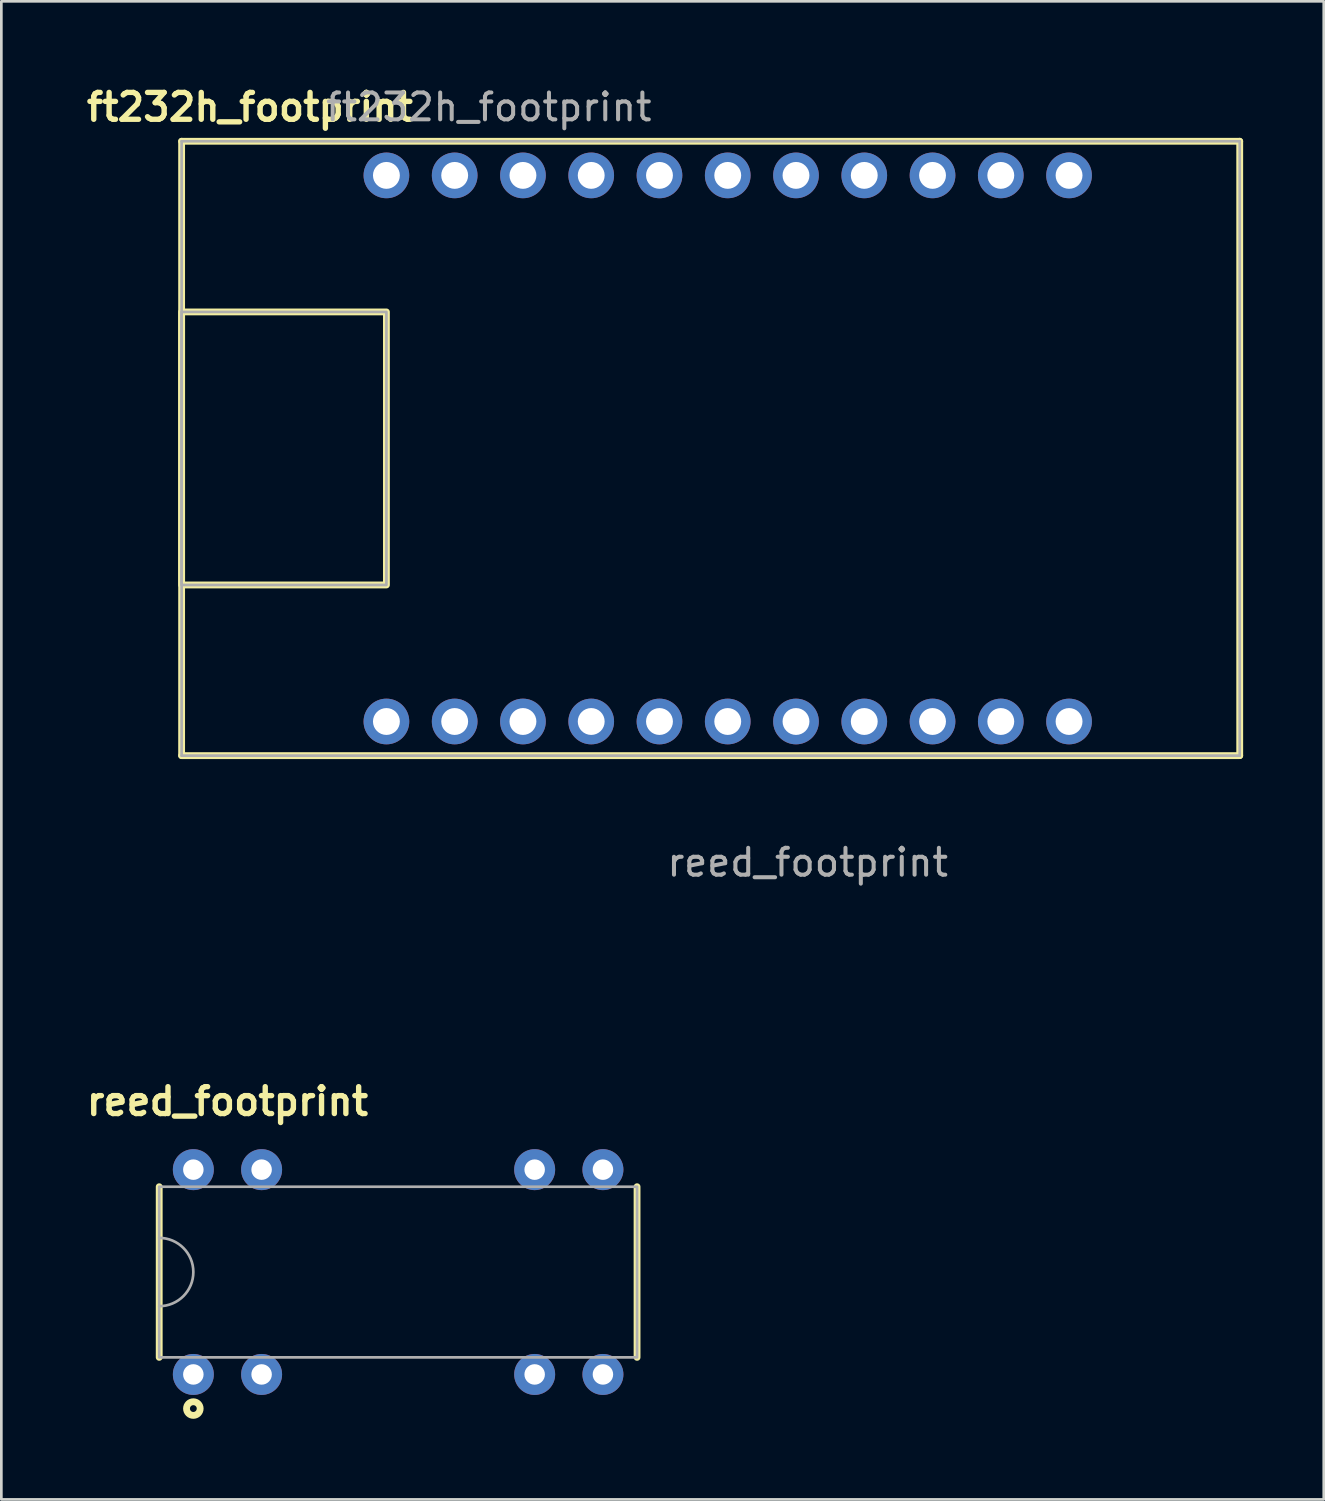
<source format=kicad_pcb>
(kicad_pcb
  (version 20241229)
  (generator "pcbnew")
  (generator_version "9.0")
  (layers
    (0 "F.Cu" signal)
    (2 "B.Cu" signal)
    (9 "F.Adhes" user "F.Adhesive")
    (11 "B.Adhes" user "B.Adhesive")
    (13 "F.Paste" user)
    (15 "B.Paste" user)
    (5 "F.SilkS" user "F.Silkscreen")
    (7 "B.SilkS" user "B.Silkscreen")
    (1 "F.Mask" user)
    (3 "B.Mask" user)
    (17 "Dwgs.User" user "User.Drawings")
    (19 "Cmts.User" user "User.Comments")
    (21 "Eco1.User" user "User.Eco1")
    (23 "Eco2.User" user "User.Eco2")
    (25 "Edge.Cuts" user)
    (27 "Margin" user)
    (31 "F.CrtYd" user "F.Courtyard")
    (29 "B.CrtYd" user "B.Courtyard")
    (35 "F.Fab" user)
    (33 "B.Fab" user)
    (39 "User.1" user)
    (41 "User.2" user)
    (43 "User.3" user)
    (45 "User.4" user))
  (footprint "reed_footprint"
    (layer "F.Cu")
    (at 11.764 44.281)
    (property "Reference" "reed_footprint" (at -6.35 -6.35 0) (unlocked yes) (layer "F.SilkS") (effects (font (size 1 1) (thickness 0.2) (bold yes))))
    (attr through_hole)
    (fp_line (start -8.89 -3.175) (end -8.89 3.175) (stroke (width 0.254) (type default)) (layer "F.SilkS"))
    (fp_line (start 8.89 -3.175) (end 8.89 3.175) (stroke (width 0.254) (type default)) (layer "F.SilkS"))
    (fp_circle (center -7.62 5.08) (end -7.366 5.08) (stroke (width 0.254) (type default)) (fill no) (layer "F.SilkS"))
    (fp_rect (start -8.89 -3.175) (end 8.89 3.175) (stroke (width 0.1) (type default)) (fill no) (layer "F.Fab"))
    (fp_arc (start -8.89 -1.27) (mid -7.62 0) (end -8.89 1.27) (stroke (width 0.1) (type default)) (layer "F.Fab"))
    (fp_text user "${REFERENCE}" (at 15.24 -15.24 0) (unlocked yes) (layer "F.Fab") (effects (font (size 1 1) (thickness 0.15))))
    (pad "1" thru_hole circle (at -7.62 3.81) (size 1.524 1.524) (drill 0.762) (layers "*.Cu" "*.Mask"))
    (pad "2" thru_hole circle (at -5.08 3.81) (size 1.524 1.524) (drill 0.762) (layers "*.Cu" "*.Mask"))
    (pad "6" thru_hole circle (at 5.08 3.81) (size 1.524 1.524) (drill 0.762) (layers "*.Cu" "*.Mask"))
    (pad "7" thru_hole circle (at 7.62 3.81) (size 1.524 1.524) (drill 0.762) (layers "*.Cu" "*.Mask"))
    (pad "8" thru_hole circle (at 7.62 -3.81) (size 1.524 1.524) (drill 0.762) (layers "*.Cu" "*.Mask"))
    (pad "9" thru_hole circle (at 5.08 -3.81) (size 1.524 1.524) (drill 0.762) (layers "*.Cu" "*.Mask"))
    (pad "13" thru_hole circle (at -5.08 -3.81) (size 1.524 1.524) (drill 0.762) (layers "*.Cu" "*.Mask"))
    (pad "14" thru_hole circle (at -7.62 -3.81) (size 1.524 1.524) (drill 0.762) (layers "*.Cu" "*.Mask")))
  (footprint "ft232h_footprint"
    (layer "F.Cu")
    (at 24.028 13.636)
    (property "Reference" "ft232h_footprint" (at -17.78 -12.7 0) (unlocked yes) (layer "F.SilkS") (effects (font (size 1 1) (thickness 0.2) (bold yes))))
    (attr through_hole)
    (fp_line (start -20.32 -11.43) (end 19.05 -11.43) (stroke (width 0.254) (type default)) (layer "F.SilkS"))
    (fp_line (start -20.32 11.43) (end -20.32 -11.43) (stroke (width 0.254) (type default)) (layer "F.SilkS"))
    (fp_line (start -20.32 11.43) (end 19.05 11.43) (stroke (width 0.254) (type default)) (layer "F.SilkS"))
    (fp_line (start 19.05 11.43) (end 19.05 -11.43) (stroke (width 0.254) (type default)) (layer "F.SilkS"))
    (fp_rect (start -20.32 -5.08) (end -12.7 5.08) (stroke (width 0.254) (type default)) (fill no) (layer "F.SilkS"))
    (fp_line (start -20.32 -11.43) (end -20.32 11.43) (stroke (width 0.1) (type default)) (layer "F.Fab"))
    (fp_line (start -20.32 -11.43) (end 19.05 -11.43) (stroke (width 0.1) (type default)) (layer "F.Fab"))
    (fp_line (start -20.32 11.43) (end 19.05 11.43) (stroke (width 0.1) (type default)) (layer "F.Fab"))
    (fp_line (start 19.05 -11.43) (end 19.05 11.43) (stroke (width 0.1) (type default)) (layer "F.Fab"))
    (fp_rect (start -20.32 -5.08) (end -12.7 5.08) (stroke (width 0.1) (type default)) (fill no) (layer "F.Fab"))
    (fp_text user "${REFERENCE}" (at -8.89 -12.7 0) (unlocked yes) (layer "F.Fab") (effects (font (size 1 1) (thickness 0.15))))
    (pad "1" thru_hole circle (at -12.7 10.16) (size 1.7 1.7) (drill 1) (layers "*.Cu" "*.Mask"))
    (pad "2" thru_hole circle (at -10.16 10.16) (size 1.7 1.7) (drill 1) (layers "*.Cu" "*.Mask"))
    (pad "3" thru_hole circle (at -7.62 10.16) (size 1.7 1.7) (drill 1) (layers "*.Cu" "*.Mask"))
    (pad "4" thru_hole circle (at -5.08 10.16) (size 1.7 1.7) (drill 1) (layers "*.Cu" "*.Mask"))
    (pad "5" thru_hole circle (at -2.54 10.16) (size 1.7 1.7) (drill 1) (layers "*.Cu" "*.Mask"))
    (pad "6" thru_hole circle (at 0 10.16) (size 1.7 1.7) (drill 1) (layers "*.Cu" "*.Mask"))
    (pad "7" thru_hole circle (at 2.54 10.16) (size 1.7 1.7) (drill 1) (layers "*.Cu" "*.Mask"))
    (pad "8" thru_hole circle (at 5.08 10.16) (size 1.7 1.7) (drill 1) (layers "*.Cu" "*.Mask"))
    (pad "9" thru_hole circle (at 7.62 10.16) (size 1.7 1.7) (drill 1) (layers "*.Cu" "*.Mask"))
    (pad "10" thru_hole circle (at 10.16 10.16) (size 1.7 1.7) (drill 1) (layers "*.Cu" "*.Mask"))
    (pad "11" thru_hole circle (at 12.7 10.16) (size 1.7 1.7) (drill 1) (layers "*.Cu" "*.Mask"))
    (pad "12" thru_hole circle (at 12.7 -10.16) (size 1.7 1.7) (drill 1) (layers "*.Cu" "*.Mask"))
    (pad "13" thru_hole circle (at 10.16 -10.16) (size 1.7 1.7) (drill 1) (layers "*.Cu" "*.Mask"))
    (pad "14" thru_hole circle (at 7.62 -10.16) (size 1.7 1.7) (drill 1) (layers "*.Cu" "*.Mask"))
    (pad "15" thru_hole circle (at 5.08 -10.16) (size 1.7 1.7) (drill 1) (layers "*.Cu" "*.Mask"))
    (pad "16" thru_hole circle (at 2.54 -10.16) (size 1.7 1.7) (drill 1) (layers "*.Cu" "*.Mask"))
    (pad "17" thru_hole circle (at 0 -10.16) (size 1.7 1.7) (drill 1) (layers "*.Cu" "*.Mask"))
    (pad "18" thru_hole circle (at -2.54 -10.16) (size 1.7 1.7) (drill 1) (layers "*.Cu" "*.Mask"))
    (pad "19" thru_hole circle (at -5.08 -10.16) (size 1.7 1.7) (drill 1) (layers "*.Cu" "*.Mask"))
    (pad "20" thru_hole circle (at -7.62 -10.16) (size 1.7 1.7) (drill 1) (layers "*.Cu" "*.Mask"))
    (pad "21" thru_hole circle (at -10.16 -10.16) (size 1.7 1.7) (drill 1) (layers "*.Cu" "*.Mask"))
    (pad "22" thru_hole circle (at -12.7 -10.16) (size 1.7 1.7) (drill 1) (layers "*.Cu" "*.Mask")))
  (gr_rect
    (start -3 -3)
    (end 46.205 52.742)
    (stroke (width 0.1) (type default))
    (fill no)
    (layer "Edge.Cuts")))
</source>
